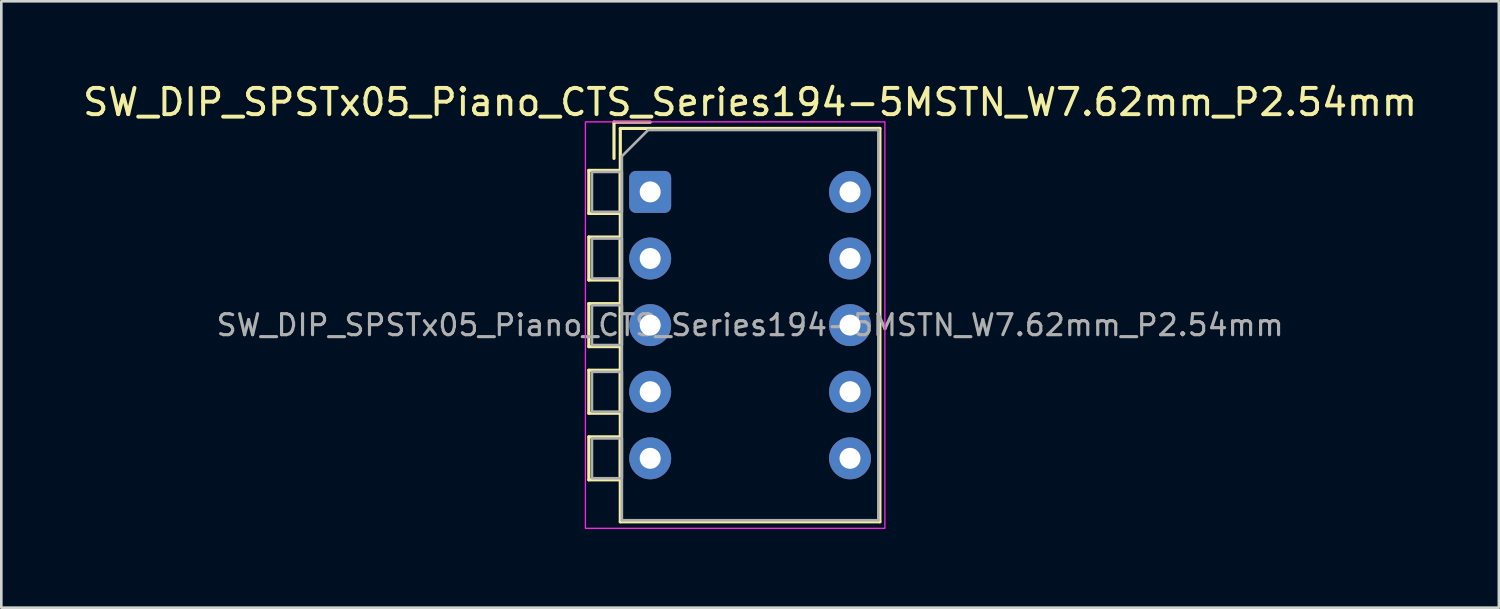
<source format=kicad_pcb>
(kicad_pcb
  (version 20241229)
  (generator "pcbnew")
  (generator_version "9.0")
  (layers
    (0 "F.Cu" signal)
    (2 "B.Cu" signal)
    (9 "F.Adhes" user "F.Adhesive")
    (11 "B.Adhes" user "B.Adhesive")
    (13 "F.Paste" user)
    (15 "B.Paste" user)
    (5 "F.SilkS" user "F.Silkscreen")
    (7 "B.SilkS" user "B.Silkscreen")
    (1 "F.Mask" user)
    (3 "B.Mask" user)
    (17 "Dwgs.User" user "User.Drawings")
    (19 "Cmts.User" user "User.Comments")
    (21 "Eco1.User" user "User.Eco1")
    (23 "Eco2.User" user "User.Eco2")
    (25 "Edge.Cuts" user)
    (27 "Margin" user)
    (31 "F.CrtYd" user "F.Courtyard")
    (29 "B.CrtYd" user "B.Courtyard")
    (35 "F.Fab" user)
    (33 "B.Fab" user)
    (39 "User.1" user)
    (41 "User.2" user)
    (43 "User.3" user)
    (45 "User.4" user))
  (footprint "SW_DIP_SPSTx05_Piano_CTS_Series194-5MSTN_W7.62mm_P2.54mm"
    (layer "F.Cu")
    (at 21.744 4.268)
    (property "Reference" "SW_DIP_SPSTx05_Piano_CTS_Series194-5MSTN_W7.62mm_P2.54mm" (at 3.81 -3.42 0) (layer "F.SilkS") (effects (font (size 1 1) (thickness 0.15))))
    (attr through_hole)
    (fp_line (start -2.34 -0.82) (end -1.14 -0.82) (stroke (width 0.12) (type solid)) (layer "F.SilkS"))
    (fp_line (start -2.34 0.82) (end -2.34 -0.82) (stroke (width 0.12) (type solid)) (layer "F.SilkS"))
    (fp_line (start -2.34 1.72) (end -1.14 1.72) (stroke (width 0.12) (type solid)) (layer "F.SilkS"))
    (fp_line (start -2.34 3.36) (end -2.34 1.72) (stroke (width 0.12) (type solid)) (layer "F.SilkS"))
    (fp_line (start -2.34 4.26) (end -1.14 4.26) (stroke (width 0.12) (type solid)) (layer "F.SilkS"))
    (fp_line (start -2.34 5.9) (end -2.34 4.26) (stroke (width 0.12) (type solid)) (layer "F.SilkS"))
    (fp_line (start -2.34 6.8) (end -1.14 6.8) (stroke (width 0.12) (type solid)) (layer "F.SilkS"))
    (fp_line (start -2.34 8.44) (end -2.34 6.8) (stroke (width 0.12) (type solid)) (layer "F.SilkS"))
    (fp_line (start -2.34 9.34) (end -1.14 9.34) (stroke (width 0.12) (type solid)) (layer "F.SilkS"))
    (fp_line (start -2.34 10.98) (end -2.34 9.34) (stroke (width 0.12) (type solid)) (layer "F.SilkS"))
    (fp_line (start -1.38 -2.66) (end -1.38 -1.277) (stroke (width 0.12) (type solid)) (layer "F.SilkS"))
    (fp_line (start -1.38 -2.66) (end 0.003 -2.66) (stroke (width 0.12) (type solid)) (layer "F.SilkS"))
    (fp_line (start -1.14 -2.42) (end -1.14 12.58) (stroke (width 0.12) (type solid)) (layer "F.SilkS"))
    (fp_line (start -1.14 -2.42) (end 8.76 -2.42) (stroke (width 0.12) (type solid)) (layer "F.SilkS"))
    (fp_line (start -1.14 -0.82) (end -1.14 0.82) (stroke (width 0.12) (type solid)) (layer "F.SilkS"))
    (fp_line (start -1.14 0.82) (end -2.34 0.82) (stroke (width 0.12) (type solid)) (layer "F.SilkS"))
    (fp_line (start -1.14 1.72) (end -1.14 3.36) (stroke (width 0.12) (type solid)) (layer "F.SilkS"))
    (fp_line (start -1.14 3.36) (end -2.34 3.36) (stroke (width 0.12) (type solid)) (layer "F.SilkS"))
    (fp_line (start -1.14 4.26) (end -1.14 5.9) (stroke (width 0.12) (type solid)) (layer "F.SilkS"))
    (fp_line (start -1.14 5.9) (end -2.34 5.9) (stroke (width 0.12) (type solid)) (layer "F.SilkS"))
    (fp_line (start -1.14 6.8) (end -1.14 8.44) (stroke (width 0.12) (type solid)) (layer "F.SilkS"))
    (fp_line (start -1.14 8.44) (end -2.34 8.44) (stroke (width 0.12) (type solid)) (layer "F.SilkS"))
    (fp_line (start -1.14 9.34) (end -1.14 10.98) (stroke (width 0.12) (type solid)) (layer "F.SilkS"))
    (fp_line (start -1.14 10.98) (end -2.34 10.98) (stroke (width 0.12) (type solid)) (layer "F.SilkS"))
    (fp_line (start -1.14 12.58) (end 8.76 12.58) (stroke (width 0.12) (type solid)) (layer "F.SilkS"))
    (fp_line (start 8.76 -2.42) (end 8.76 12.58) (stroke (width 0.12) (type solid)) (layer "F.SilkS"))
    (fp_rect (start -2.47 -2.67) (end 8.95 12.83) (stroke (width 0.05) (type solid)) (fill no) (layer "F.CrtYd"))
    (fp_line (start -1.08 -1.36) (end -0.08 -2.36) (stroke (width 0.1) (type solid)) (layer "F.Fab"))
    (fp_line (start -1.08 12.52) (end -1.08 -1.36) (stroke (width 0.1) (type solid)) (layer "F.Fab"))
    (fp_line (start -0.08 -2.36) (end 8.7 -2.36) (stroke (width 0.1) (type solid)) (layer "F.Fab"))
    (fp_line (start 8.7 -2.36) (end 8.7 12.52) (stroke (width 0.1) (type solid)) (layer "F.Fab"))
    (fp_line (start 8.7 12.52) (end -1.08 12.52) (stroke (width 0.1) (type solid)) (layer "F.Fab"))
    (fp_rect (start -2.22 -0.76) (end -1.08 0.76) (stroke (width 0.1) (type solid)) (fill no) (layer "F.Fab"))
    (fp_rect (start -2.22 1.78) (end -1.08 3.3) (stroke (width 0.1) (type solid)) (fill no) (layer "F.Fab"))
    (fp_rect (start -2.22 4.32) (end -1.08 5.84) (stroke (width 0.1) (type solid)) (fill no) (layer "F.Fab"))
    (fp_rect (start -2.22 6.86) (end -1.08 8.38) (stroke (width 0.1) (type solid)) (fill no) (layer "F.Fab"))
    (fp_rect (start -2.22 9.4) (end -1.08 10.92) (stroke (width 0.1) (type solid)) (fill no) (layer "F.Fab"))
    (fp_text user "${REFERENCE}" (at 3.81 5.08 0) (layer "F.Fab") (effects (font (size 0.8 0.8) (thickness 0.12))))
    (pad "1" thru_hole roundrect (at 0 0) (size 1.6 1.6) (drill 0.8) (layers "*.Cu" "*.Mask") (roundrect_rratio 0.156))
    (pad "2" thru_hole circle (at 0 2.54) (size 1.6 1.6) (drill 0.8) (layers "*.Cu" "*.Mask"))
    (pad "3" thru_hole circle (at 0 5.08) (size 1.6 1.6) (drill 0.8) (layers "*.Cu" "*.Mask"))
    (pad "4" thru_hole circle (at 0 7.62) (size 1.6 1.6) (drill 0.8) (layers "*.Cu" "*.Mask"))
    (pad "5" thru_hole circle (at 0 10.16) (size 1.6 1.6) (drill 0.8) (layers "*.Cu" "*.Mask"))
    (pad "6" thru_hole circle (at 7.62 10.16) (size 1.6 1.6) (drill 0.8) (layers "*.Cu" "*.Mask"))
    (pad "7" thru_hole circle (at 7.62 7.62) (size 1.6 1.6) (drill 0.8) (layers "*.Cu" "*.Mask"))
    (pad "8" thru_hole circle (at 7.62 5.08) (size 1.6 1.6) (drill 0.8) (layers "*.Cu" "*.Mask"))
    (pad "9" thru_hole circle (at 7.62 2.54) (size 1.6 1.6) (drill 0.8) (layers "*.Cu" "*.Mask"))
    (pad "10" thru_hole circle (at 7.62 0) (size 1.6 1.6) (drill 0.8) (layers "*.Cu" "*.Mask")))
  (gr_rect
    (start -3 -3)
    (end 54.107 20.123)
    (stroke (width 0.1) (type default))
    (fill no)
    (layer "Edge.Cuts")))
</source>
